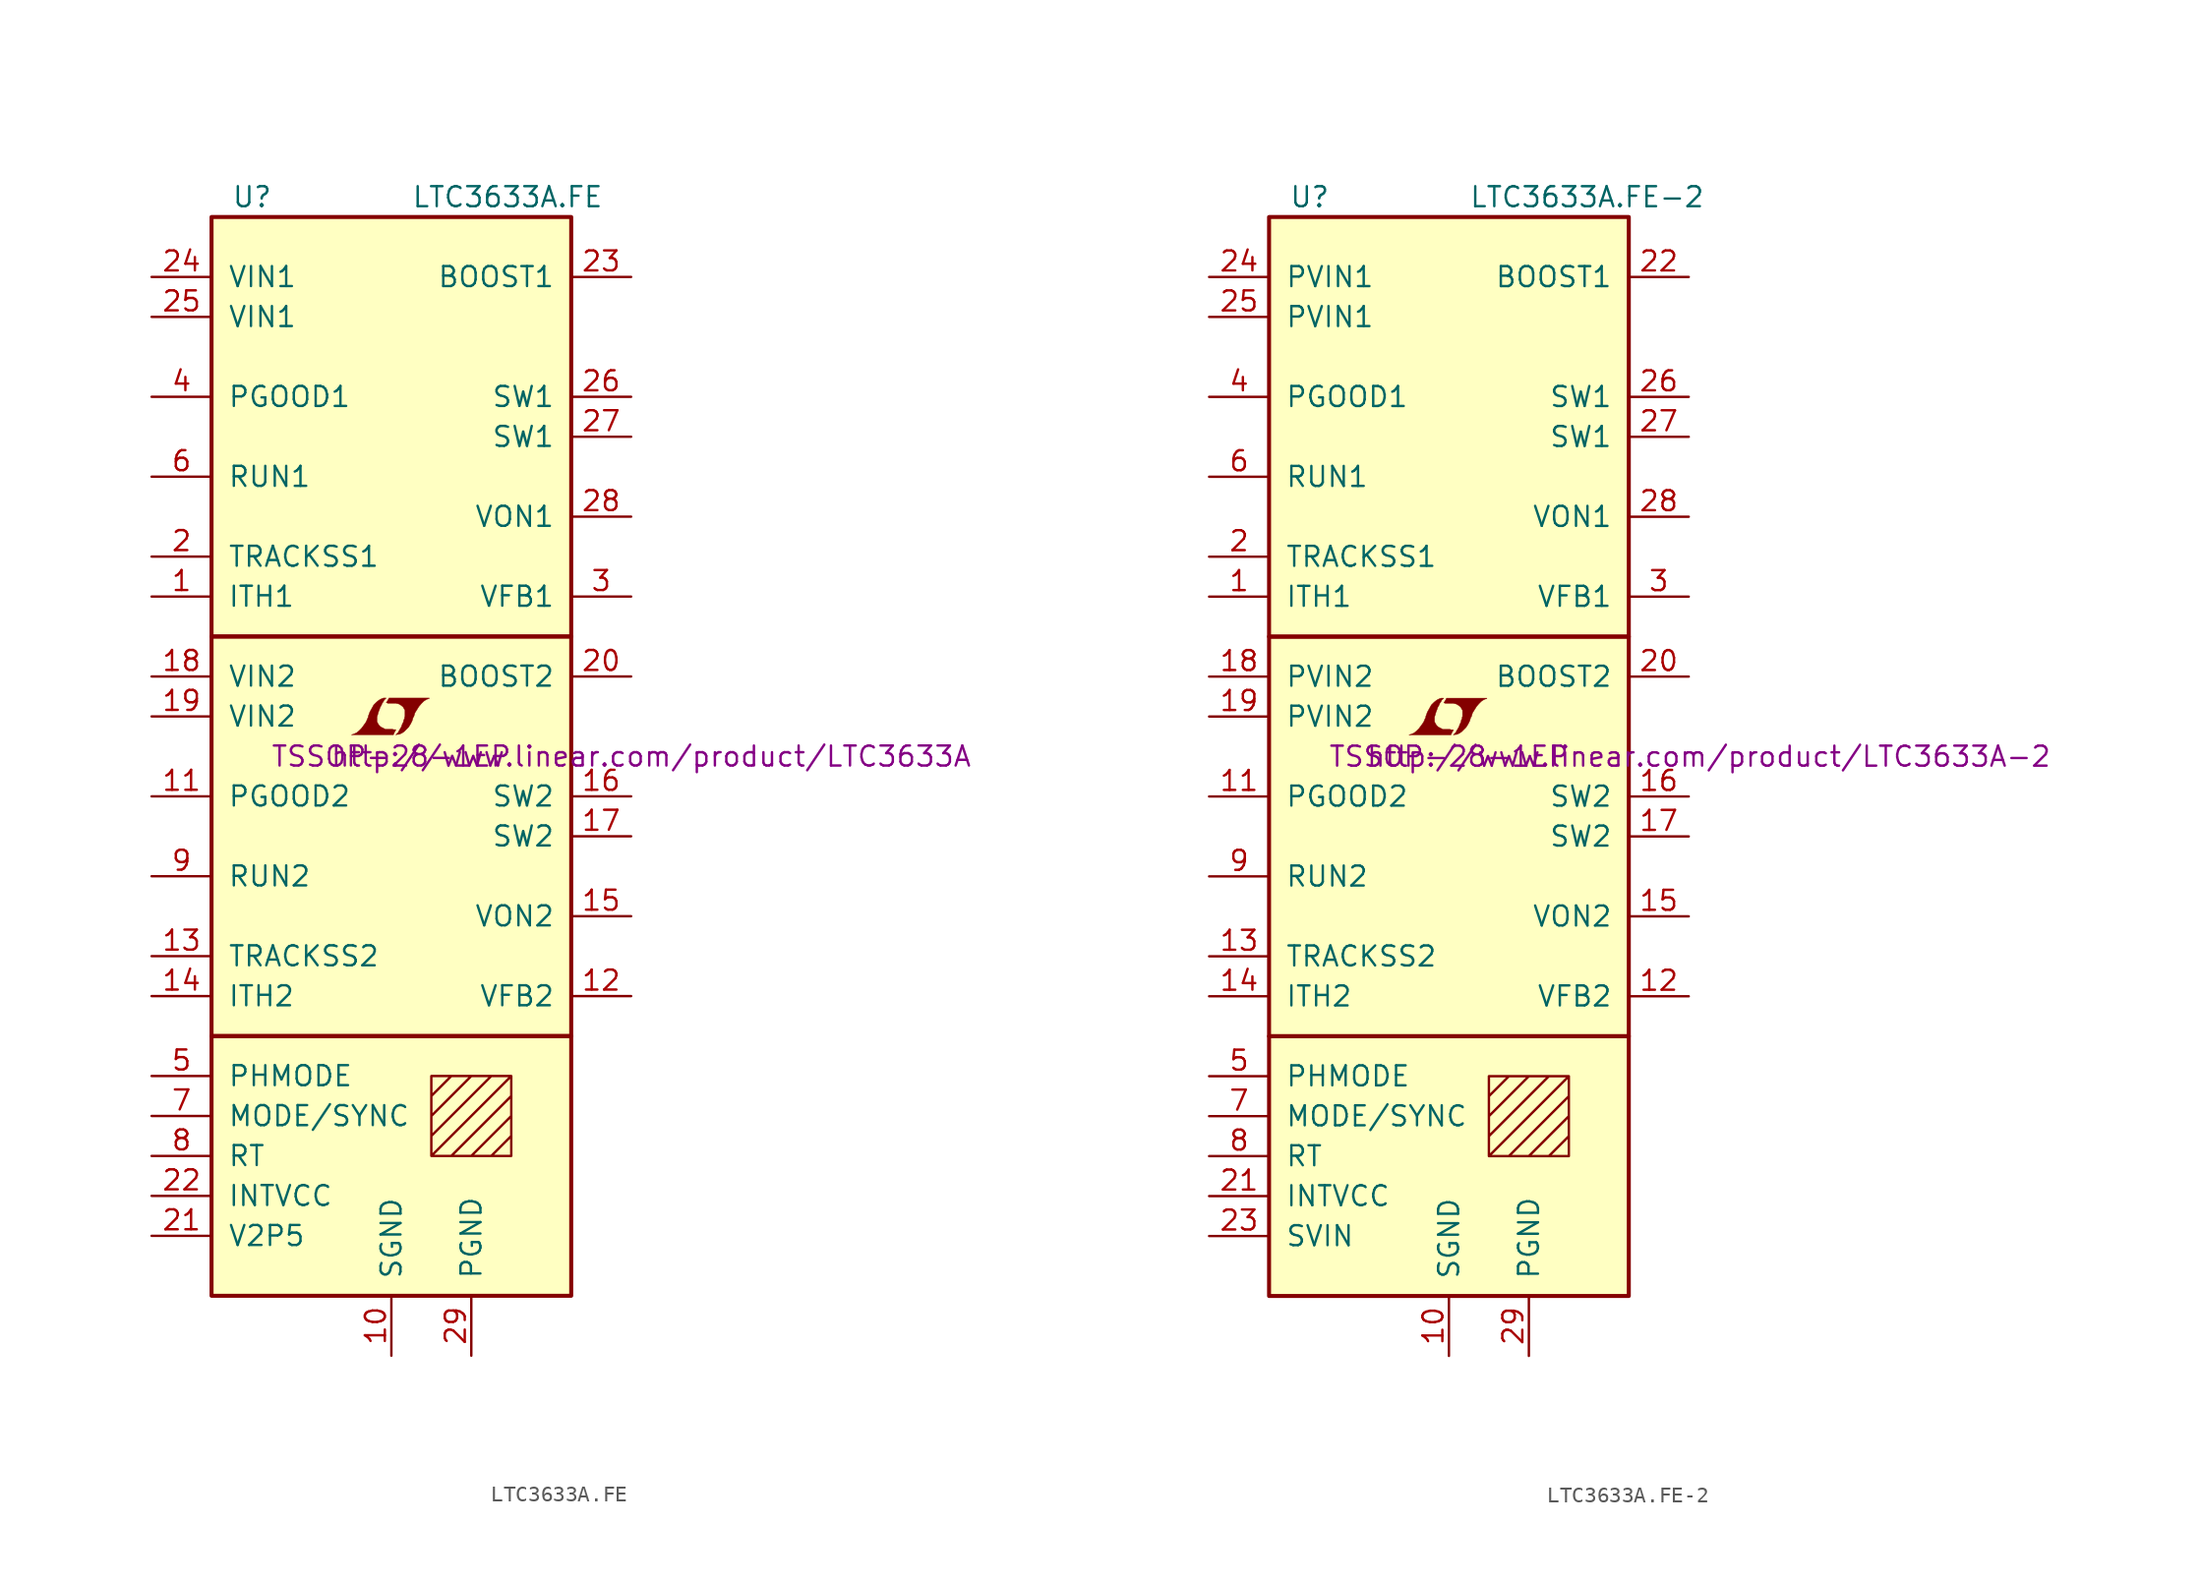
<source format=kicad_sym>
(kicad_symbol_lib
  (version 20201005)
  (generator kicad_symbol_editor)
  (symbol "LTC3633A.FE"
    (pin_names
      (offset 1.016))
    (property "Reference" "U"
      (at -10.16 35.56 0)
      (effects (font (size 1.27 1.27)) (justify left)))
    (property "Value" "LTC3633A.FE"
      (at 1.27 35.56 0)
      (effects (font (size 1.27 1.27)) (justify left)))
    (property "Footprint" "TSSOP-28-1EP"
      (at 0 0 0)
      (effects (font (size 1.27 1.27))))
    (property "Datasheet" "http://www.linear.com/product/LTC3633A"
      (at 16.51 0 0)
      (effects (font (size 1.27 1.27))))
    (symbol "LTC3633A.FE_0_0"
      (polyline (pts (xy 0.203 1.549) (xy 0.229 1.575) (xy 0.279 1.676) (xy 0.279 1.702) (xy 0.152 1.702) (xy 0.051 1.727) (xy -0.406 1.727) (xy -0.432 1.753) (xy -0.686 1.88) (xy -0.787 1.981) (xy -0.864 2.108) (xy -0.914 2.21) (xy -0.914 2.515) (xy -0.864 2.667) (xy -0.838 2.769) (xy -0.813 2.845) (xy -0.762 2.972) (xy -0.711 3.124) (xy -0.635 3.251) (xy -0.584 3.378) (xy -0.508 3.48) (xy -0.457 3.581) (xy -0.33 3.708) (xy -0.508 3.708) (xy -0.635 3.658) (xy -0.737 3.607) (xy -0.813 3.556) (xy -0.94 3.454) (xy -1.118 3.277) (xy -1.372 2.819) (xy -1.473 2.54) (xy -1.473 2.489) (xy -1.524 2.388) (xy -1.575 2.261) (xy -1.626 2.159) (xy -1.753 1.981) (xy -1.905 1.778) (xy -2.057 1.626) (xy -2.21 1.499) (xy -2.388 1.422) (xy -2.54 1.372) (xy 0.127 1.372) (xy 0.203 1.549)) (stroke (width 0.025)) (fill (type outline)))
      (polyline (pts (xy 0.406 1.397) (xy 0.483 1.397) (xy 0.66 1.473) (xy 0.813 1.575) (xy 1.092 1.854) (xy 1.219 2.057) (xy 1.321 2.261) (xy 1.397 2.515) (xy 1.422 2.515) (xy 1.499 2.769) (xy 1.753 3.175) (xy 1.905 3.353) (xy 2.057 3.505) (xy 2.21 3.607) (xy 2.388 3.683) (xy 2.413 3.683) (xy 2.413 3.708) (xy -0.152 3.708) (xy -0.229 3.556) (xy -0.254 3.531) (xy -0.305 3.429) (xy -0.33 3.404) (xy -0.279 3.404) (xy -0.229 3.378) (xy 0.305 3.378) (xy 0.356 3.353) (xy 0.406 3.353) (xy 0.483 3.327) (xy 0.61 3.251) (xy 0.737 3.15) (xy 0.813 3.023) (xy 0.838 2.972) (xy 0.864 2.946) (xy 0.864 2.54) (xy 0.838 2.489) (xy 0.838 2.413) (xy 0.787 2.311) (xy 0.762 2.184) (xy 0.686 2.032) (xy 0.635 1.88) (xy 0.483 1.626) (xy 0.432 1.524) (xy 0.279 1.372) (xy 0.406 1.397)) (stroke (width 0.025)) (fill (type outline))))
    (symbol "LTC3633A.FE_0_1"
      (rectangle (start -11.43 -17.78) (end 11.43 -34.29) (stroke (width 0.254)) (fill (type background)))
      (rectangle (start -11.43 7.62) (end 11.43 -17.78) (stroke (width 0.254)) (fill (type background)))
      (rectangle (start -11.43 34.29) (end 11.43 7.62) (stroke (width 0.254)) (fill (type background)))
      (polyline (pts (xy 2.54 -21.59) (xy 3.81 -20.32) (xy 5.08 -20.32) (xy 2.54 -22.86) (xy 2.54 -24.13) (xy 6.35 -20.32) (xy 7.62 -20.32) (xy 2.54 -25.4) (xy 3.81 -25.4) (xy 7.62 -21.59) (xy 7.62 -22.86) (xy 5.08 -25.4) (xy 6.35 -25.4) (xy 7.62 -24.13) (xy 7.62 -25.4) (xy 2.54 -25.4) (xy 2.54 -20.32) (xy 7.62 -20.32) (xy 7.62 -25.4)) (stroke (width 0)) (fill (type none))))
    (symbol "LTC3633A.FE_1_1"
      (pin passive line (at -15.24 10.16 0) (length 3.81) (name "ITH1" (effects (font (size 1.27 1.27)))) (number "1" (effects (font (size 1.27 1.27)))))
      (pin power_in line (at 0 -38.1 90) (length 3.81) (name "SGND" (effects (font (size 1.27 1.27)))) (number "10" (effects (font (size 1.27 1.27)))))
      (pin open_collector line (at -15.24 -2.54 0) (length 3.81) (name "PGOOD2" (effects (font (size 1.27 1.27)))) (number "11" (effects (font (size 1.27 1.27)))))
      (pin passive line (at 15.24 -15.24 180) (length 3.81) (name "VFB2" (effects (font (size 1.27 1.27)))) (number "12" (effects (font (size 1.27 1.27)))))
      (pin passive line (at -15.24 -12.7 0) (length 3.81) (name "TRACKSS2" (effects (font (size 1.27 1.27)))) (number "13" (effects (font (size 1.27 1.27)))))
      (pin passive line (at -15.24 -15.24 0) (length 3.81) (name "ITH2" (effects (font (size 1.27 1.27)))) (number "14" (effects (font (size 1.27 1.27)))))
      (pin passive line (at 15.24 -10.16 180) (length 3.81) (name "VON2" (effects (font (size 1.27 1.27)))) (number "15" (effects (font (size 1.27 1.27)))))
      (pin passive line (at 15.24 -2.54 180) (length 3.81) (name "SW2" (effects (font (size 1.27 1.27)))) (number "16" (effects (font (size 1.27 1.27)))))
      (pin passive line (at 15.24 -5.08 180) (length 3.81) (name "SW2" (effects (font (size 1.27 1.27)))) (number "17" (effects (font (size 1.27 1.27)))))
      (pin power_in line (at -15.24 5.08 0) (length 3.81) (name "VIN2" (effects (font (size 1.27 1.27)))) (number "18" (effects (font (size 1.27 1.27)))))
      (pin power_in line (at -15.24 2.54 0) (length 3.81) (name "VIN2" (effects (font (size 1.27 1.27)))) (number "19" (effects (font (size 1.27 1.27)))))
      (pin passive line (at -15.24 12.7 0) (length 3.81) (name "TRACKSS1" (effects (font (size 1.27 1.27)))) (number "2" (effects (font (size 1.27 1.27)))))
      (pin passive line (at 15.24 5.08 180) (length 3.81) (name "BOOST2" (effects (font (size 1.27 1.27)))) (number "20" (effects (font (size 1.27 1.27)))))
      (pin passive line (at -15.24 -30.48 0) (length 3.81) (name "V2P5" (effects (font (size 1.27 1.27)))) (number "21" (effects (font (size 1.27 1.27)))))
      (pin passive line (at -15.24 -27.94 0) (length 3.81) (name "INTVCC" (effects (font (size 1.27 1.27)))) (number "22" (effects (font (size 1.27 1.27)))))
      (pin passive line (at 15.24 30.48 180) (length 3.81) (name "BOOST1" (effects (font (size 1.27 1.27)))) (number "23" (effects (font (size 1.27 1.27)))))
      (pin power_in line (at -15.24 30.48 0) (length 3.81) (name "VIN1" (effects (font (size 1.27 1.27)))) (number "24" (effects (font (size 1.27 1.27)))))
      (pin power_in line (at -15.24 27.94 0) (length 3.81) (name "VIN1" (effects (font (size 1.27 1.27)))) (number "25" (effects (font (size 1.27 1.27)))))
      (pin passive line (at 15.24 22.86 180) (length 3.81) (name "SW1" (effects (font (size 1.27 1.27)))) (number "26" (effects (font (size 1.27 1.27)))))
      (pin passive line (at 15.24 20.32 180) (length 3.81) (name "SW1" (effects (font (size 1.27 1.27)))) (number "27" (effects (font (size 1.27 1.27)))))
      (pin passive line (at 15.24 15.24 180) (length 3.81) (name "VON1" (effects (font (size 1.27 1.27)))) (number "28" (effects (font (size 1.27 1.27)))))
      (pin power_in line (at 5.08 -38.1 90) (length 3.81) (name "PGND" (effects (font (size 1.27 1.27)))) (number "29" (effects (font (size 1.27 1.27)))))
      (pin passive line (at 15.24 10.16 180) (length 3.81) (name "VFB1" (effects (font (size 1.27 1.27)))) (number "3" (effects (font (size 1.27 1.27)))))
      (pin open_collector line (at -15.24 22.86 0) (length 3.81) (name "PGOOD1" (effects (font (size 1.27 1.27)))) (number "4" (effects (font (size 1.27 1.27)))))
      (pin input line (at -15.24 -20.32 0) (length 3.81) (name "PHMODE" (effects (font (size 1.27 1.27)))) (number "5" (effects (font (size 1.27 1.27)))))
      (pin input line (at -15.24 17.78 0) (length 3.81) (name "RUN1" (effects (font (size 1.27 1.27)))) (number "6" (effects (font (size 1.27 1.27)))))
      (pin input line (at -15.24 -22.86 0) (length 3.81) (name "MODE/SYNC" (effects (font (size 1.27 1.27)))) (number "7" (effects (font (size 1.27 1.27)))))
      (pin passive line (at -15.24 -25.4 0) (length 3.81) (name "RT" (effects (font (size 1.27 1.27)))) (number "8" (effects (font (size 1.27 1.27)))))
      (pin input line (at -15.24 -7.62 0) (length 3.81) (name "RUN2" (effects (font (size 1.27 1.27)))) (number "9" (effects (font (size 1.27 1.27)))))))
  (symbol "LTC3633A.FE-2"
    (pin_names
      (offset 1.016))
    (property "Reference" "U"
      (at -10.16 35.56 0)
      (effects (font (size 1.27 1.27)) (justify left)))
    (property "Value" "LTC3633A.FE-2"
      (at 1.27 35.56 0)
      (effects (font (size 1.27 1.27)) (justify left)))
    (property "Footprint" "TSSOP-28-1EP"
      (at 0 0 0)
      (effects (font (size 1.27 1.27))))
    (property "Datasheet" "http://www.linear.com/product/LTC3633A-2"
      (at 16.51 0 0)
      (effects (font (size 1.27 1.27))))
    (symbol "LTC3633A.FE-2_0_0"
      (polyline (pts (xy 0.203 1.549) (xy 0.229 1.575) (xy 0.279 1.676) (xy 0.279 1.702) (xy 0.152 1.702) (xy 0.051 1.727) (xy -0.406 1.727) (xy -0.432 1.753) (xy -0.686 1.88) (xy -0.787 1.981) (xy -0.864 2.108) (xy -0.914 2.21) (xy -0.914 2.515) (xy -0.864 2.667) (xy -0.838 2.769) (xy -0.813 2.845) (xy -0.762 2.972) (xy -0.711 3.124) (xy -0.635 3.251) (xy -0.584 3.378) (xy -0.508 3.48) (xy -0.457 3.581) (xy -0.33 3.708) (xy -0.508 3.708) (xy -0.635 3.658) (xy -0.737 3.607) (xy -0.813 3.556) (xy -0.94 3.454) (xy -1.118 3.277) (xy -1.372 2.819) (xy -1.473 2.54) (xy -1.473 2.489) (xy -1.524 2.388) (xy -1.575 2.261) (xy -1.626 2.159) (xy -1.753 1.981) (xy -1.905 1.778) (xy -2.057 1.626) (xy -2.21 1.499) (xy -2.388 1.422) (xy -2.54 1.372) (xy 0.127 1.372) (xy 0.203 1.549)) (stroke (width 0.025)) (fill (type outline)))
      (polyline (pts (xy 0.406 1.397) (xy 0.483 1.397) (xy 0.66 1.473) (xy 0.813 1.575) (xy 1.092 1.854) (xy 1.219 2.057) (xy 1.321 2.261) (xy 1.397 2.515) (xy 1.422 2.515) (xy 1.499 2.769) (xy 1.753 3.175) (xy 1.905 3.353) (xy 2.057 3.505) (xy 2.21 3.607) (xy 2.388 3.683) (xy 2.413 3.683) (xy 2.413 3.708) (xy -0.152 3.708) (xy -0.229 3.556) (xy -0.254 3.531) (xy -0.305 3.429) (xy -0.33 3.404) (xy -0.279 3.404) (xy -0.229 3.378) (xy 0.305 3.378) (xy 0.356 3.353) (xy 0.406 3.353) (xy 0.483 3.327) (xy 0.61 3.251) (xy 0.737 3.15) (xy 0.813 3.023) (xy 0.838 2.972) (xy 0.864 2.946) (xy 0.864 2.54) (xy 0.838 2.489) (xy 0.838 2.413) (xy 0.787 2.311) (xy 0.762 2.184) (xy 0.686 2.032) (xy 0.635 1.88) (xy 0.483 1.626) (xy 0.432 1.524) (xy 0.279 1.372) (xy 0.406 1.397)) (stroke (width 0.025)) (fill (type outline))))
    (symbol "LTC3633A.FE-2_0_1"
      (rectangle (start -11.43 -17.78) (end 11.43 -34.29) (stroke (width 0.254)) (fill (type background)))
      (rectangle (start -11.43 7.62) (end 11.43 -17.78) (stroke (width 0.254)) (fill (type background)))
      (rectangle (start -11.43 34.29) (end 11.43 7.62) (stroke (width 0.254)) (fill (type background)))
      (polyline (pts (xy 2.54 -21.59) (xy 3.81 -20.32) (xy 5.08 -20.32) (xy 2.54 -22.86) (xy 2.54 -24.13) (xy 6.35 -20.32) (xy 7.62 -20.32) (xy 2.54 -25.4) (xy 3.81 -25.4) (xy 7.62 -21.59) (xy 7.62 -22.86) (xy 5.08 -25.4) (xy 6.35 -25.4) (xy 7.62 -24.13) (xy 7.62 -25.4) (xy 2.54 -25.4) (xy 2.54 -20.32) (xy 7.62 -20.32) (xy 7.62 -25.4)) (stroke (width 0)) (fill (type none))))
    (symbol "LTC3633A.FE-2_1_1"
      (pin passive line (at -15.24 10.16 0) (length 3.81) (name "ITH1" (effects (font (size 1.27 1.27)))) (number "1" (effects (font (size 1.27 1.27)))))
      (pin power_in line (at 0 -38.1 90) (length 3.81) (name "SGND" (effects (font (size 1.27 1.27)))) (number "10" (effects (font (size 1.27 1.27)))))
      (pin open_collector line (at -15.24 -2.54 0) (length 3.81) (name "PGOOD2" (effects (font (size 1.27 1.27)))) (number "11" (effects (font (size 1.27 1.27)))))
      (pin passive line (at 15.24 -15.24 180) (length 3.81) (name "VFB2" (effects (font (size 1.27 1.27)))) (number "12" (effects (font (size 1.27 1.27)))))
      (pin passive line (at -15.24 -12.7 0) (length 3.81) (name "TRACKSS2" (effects (font (size 1.27 1.27)))) (number "13" (effects (font (size 1.27 1.27)))))
      (pin passive line (at -15.24 -15.24 0) (length 3.81) (name "ITH2" (effects (font (size 1.27 1.27)))) (number "14" (effects (font (size 1.27 1.27)))))
      (pin passive line (at 15.24 -10.16 180) (length 3.81) (name "VON2" (effects (font (size 1.27 1.27)))) (number "15" (effects (font (size 1.27 1.27)))))
      (pin passive line (at 15.24 -2.54 180) (length 3.81) (name "SW2" (effects (font (size 1.27 1.27)))) (number "16" (effects (font (size 1.27 1.27)))))
      (pin passive line (at 15.24 -5.08 180) (length 3.81) (name "SW2" (effects (font (size 1.27 1.27)))) (number "17" (effects (font (size 1.27 1.27)))))
      (pin power_in line (at -15.24 5.08 0) (length 3.81) (name "PVIN2" (effects (font (size 1.27 1.27)))) (number "18" (effects (font (size 1.27 1.27)))))
      (pin power_in line (at -15.24 2.54 0) (length 3.81) (name "PVIN2" (effects (font (size 1.27 1.27)))) (number "19" (effects (font (size 1.27 1.27)))))
      (pin passive line (at -15.24 12.7 0) (length 3.81) (name "TRACKSS1" (effects (font (size 1.27 1.27)))) (number "2" (effects (font (size 1.27 1.27)))))
      (pin passive line (at 15.24 5.08 180) (length 3.81) (name "BOOST2" (effects (font (size 1.27 1.27)))) (number "20" (effects (font (size 1.27 1.27)))))
      (pin passive line (at -15.24 -27.94 0) (length 3.81) (name "INTVCC" (effects (font (size 1.27 1.27)))) (number "21" (effects (font (size 1.27 1.27)))))
      (pin passive line (at 15.24 30.48 180) (length 3.81) (name "BOOST1" (effects (font (size 1.27 1.27)))) (number "22" (effects (font (size 1.27 1.27)))))
      (pin power_in line (at -15.24 -30.48 0) (length 3.81) (name "SVIN" (effects (font (size 1.27 1.27)))) (number "23" (effects (font (size 1.27 1.27)))))
      (pin power_in line (at -15.24 30.48 0) (length 3.81) (name "PVIN1" (effects (font (size 1.27 1.27)))) (number "24" (effects (font (size 1.27 1.27)))))
      (pin power_in line (at -15.24 27.94 0) (length 3.81) (name "PVIN1" (effects (font (size 1.27 1.27)))) (number "25" (effects (font (size 1.27 1.27)))))
      (pin passive line (at 15.24 22.86 180) (length 3.81) (name "SW1" (effects (font (size 1.27 1.27)))) (number "26" (effects (font (size 1.27 1.27)))))
      (pin passive line (at 15.24 20.32 180) (length 3.81) (name "SW1" (effects (font (size 1.27 1.27)))) (number "27" (effects (font (size 1.27 1.27)))))
      (pin passive line (at 15.24 15.24 180) (length 3.81) (name "VON1" (effects (font (size 1.27 1.27)))) (number "28" (effects (font (size 1.27 1.27)))))
      (pin power_in line (at 5.08 -38.1 90) (length 3.81) (name "PGND" (effects (font (size 1.27 1.27)))) (number "29" (effects (font (size 1.27 1.27)))))
      (pin passive line (at 15.24 10.16 180) (length 3.81) (name "VFB1" (effects (font (size 1.27 1.27)))) (number "3" (effects (font (size 1.27 1.27)))))
      (pin open_collector line (at -15.24 22.86 0) (length 3.81) (name "PGOOD1" (effects (font (size 1.27 1.27)))) (number "4" (effects (font (size 1.27 1.27)))))
      (pin input line (at -15.24 -20.32 0) (length 3.81) (name "PHMODE" (effects (font (size 1.27 1.27)))) (number "5" (effects (font (size 1.27 1.27)))))
      (pin input line (at -15.24 17.78 0) (length 3.81) (name "RUN1" (effects (font (size 1.27 1.27)))) (number "6" (effects (font (size 1.27 1.27)))))
      (pin input line (at -15.24 -22.86 0) (length 3.81) (name "MODE/SYNC" (effects (font (size 1.27 1.27)))) (number "7" (effects (font (size 1.27 1.27)))))
      (pin passive line (at -15.24 -25.4 0) (length 3.81) (name "RT" (effects (font (size 1.27 1.27)))) (number "8" (effects (font (size 1.27 1.27)))))
      (pin input line (at -15.24 -7.62 0) (length 3.81) (name "RUN2" (effects (font (size 1.27 1.27)))) (number "9" (effects (font (size 1.27 1.27))))))))
</source>
